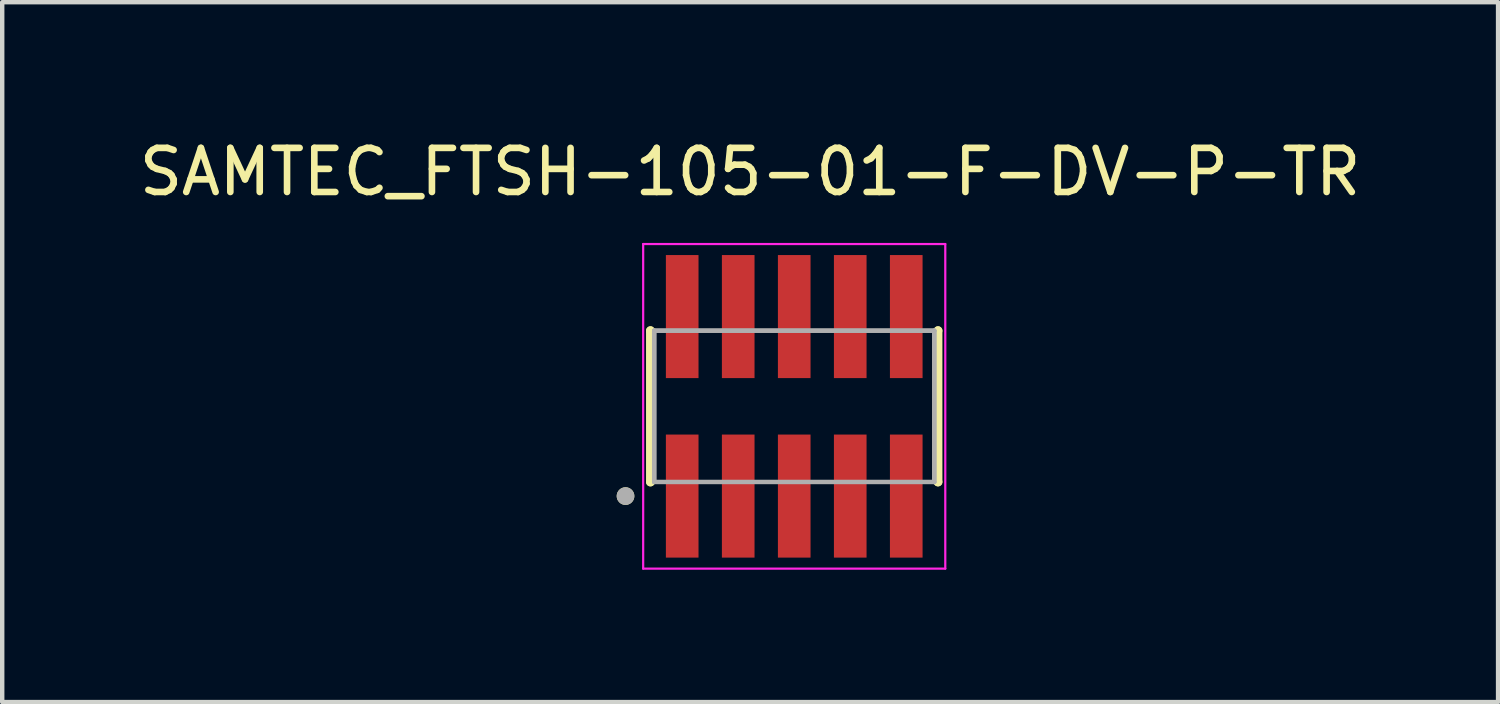
<source format=kicad_pcb>
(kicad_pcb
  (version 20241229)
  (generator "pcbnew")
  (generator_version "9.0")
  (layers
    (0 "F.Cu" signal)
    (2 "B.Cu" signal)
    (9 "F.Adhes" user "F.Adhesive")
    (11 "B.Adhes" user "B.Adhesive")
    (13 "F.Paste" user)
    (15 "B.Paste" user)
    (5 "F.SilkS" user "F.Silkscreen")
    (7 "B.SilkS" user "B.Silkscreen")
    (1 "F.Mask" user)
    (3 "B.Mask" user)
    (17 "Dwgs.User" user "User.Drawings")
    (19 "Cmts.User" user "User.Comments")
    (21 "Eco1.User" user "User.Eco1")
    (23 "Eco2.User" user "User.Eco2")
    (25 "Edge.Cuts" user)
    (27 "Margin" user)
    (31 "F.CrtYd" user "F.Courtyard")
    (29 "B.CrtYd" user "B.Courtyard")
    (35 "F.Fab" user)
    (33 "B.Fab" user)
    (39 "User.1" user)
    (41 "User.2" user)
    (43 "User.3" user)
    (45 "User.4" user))
  (footprint "SAMTEC_FTSH-105-01-F-DV-P-TR"
    (layer "F.Cu")
    (at 14.958 6.163)
    (property "Reference" "SAMTEC_FTSH-105-01-F-DV-P-TR" (at -1 -5.315 0) (layer "F.SilkS") (effects (font (size 1 1) (thickness 0.15))))
    (attr smd)
    (fp_line (start -3.26 -1.715) (end -3.26 -1.715) (stroke (width 0.2) (type solid)) (layer "F.SilkS"))
    (fp_line (start -3.26 1.715) (end -3.26 -1.715) (stroke (width 0.2) (type solid)) (layer "F.SilkS"))
    (fp_line (start -3.26 1.715) (end -3.26 1.715) (stroke (width 0.2) (type solid)) (layer "F.SilkS"))
    (fp_line (start 3.26 -1.715) (end 3.26 -1.715) (stroke (width 0.2) (type solid)) (layer "F.SilkS"))
    (fp_line (start 3.26 -1.715) (end 3.26 1.715) (stroke (width 0.2) (type solid)) (layer "F.SilkS"))
    (fp_line (start 3.26 1.715) (end 3.26 1.715) (stroke (width 0.2) (type solid)) (layer "F.SilkS"))
    (fp_circle (center -3.825 2.035) (end -3.725 2.035) (stroke (width 0.2) (type solid)) (fill no) (layer "F.SilkS"))
    (fp_line (start -3.425 -3.68) (end 3.425 -3.68) (stroke (width 0.05) (type solid)) (layer "F.CrtYd"))
    (fp_line (start -3.425 3.68) (end -3.425 -3.68) (stroke (width 0.05) (type solid)) (layer "F.CrtYd"))
    (fp_line (start 3.425 -3.68) (end 3.425 3.68) (stroke (width 0.05) (type solid)) (layer "F.CrtYd"))
    (fp_line (start 3.425 3.68) (end -3.425 3.68) (stroke (width 0.05) (type solid)) (layer "F.CrtYd"))
    (fp_line (start -3.175 -1.715) (end 3.175 -1.715) (stroke (width 0.1) (type solid)) (layer "F.Fab"))
    (fp_line (start -3.175 -1.715) (end 3.175 -1.715) (stroke (width 0.1) (type solid)) (layer "F.Fab"))
    (fp_line (start -3.175 1.715) (end -3.175 -1.715) (stroke (width 0.1) (type solid)) (layer "F.Fab"))
    (fp_line (start -3.175 1.715) (end -3.175 -1.715) (stroke (width 0.1) (type solid)) (layer "F.Fab"))
    (fp_line (start 3.175 -1.715) (end 3.175 1.715) (stroke (width 0.1) (type solid)) (layer "F.Fab"))
    (fp_line (start 3.175 -1.715) (end 3.175 1.715) (stroke (width 0.1) (type solid)) (layer "F.Fab"))
    (fp_line (start 3.175 1.715) (end -3.175 1.715) (stroke (width 0.1) (type solid)) (layer "F.Fab"))
    (fp_circle (center -3.825 2.035) (end -3.725 2.035) (stroke (width 0.2) (type solid)) (fill no) (layer "F.Fab"))
    (pad "1" smd rect (at -2.54 2.035) (size 0.74 2.79) (layers "F.Cu" "F.Mask" "F.Paste"))
    (pad "2" smd rect (at -2.54 -2.035) (size 0.74 2.79) (layers "F.Cu" "F.Mask" "F.Paste"))
    (pad "3" smd rect (at -1.27 2.035) (size 0.74 2.79) (layers "F.Cu" "F.Mask" "F.Paste"))
    (pad "4" smd rect (at -1.27 -2.035) (size 0.74 2.79) (layers "F.Cu" "F.Mask" "F.Paste"))
    (pad "5" smd rect (at 0 2.035) (size 0.74 2.79) (layers "F.Cu" "F.Mask" "F.Paste"))
    (pad "6" smd rect (at 0 -2.035) (size 0.74 2.79) (layers "F.Cu" "F.Mask" "F.Paste"))
    (pad "7" smd rect (at 1.27 2.035) (size 0.74 2.79) (layers "F.Cu" "F.Mask" "F.Paste"))
    (pad "8" smd rect (at 1.27 -2.035) (size 0.74 2.79) (layers "F.Cu" "F.Mask" "F.Paste"))
    (pad "9" smd rect (at 2.54 2.035) (size 0.74 2.79) (layers "F.Cu" "F.Mask" "F.Paste"))
    (pad "10" smd rect (at 2.54 -2.035) (size 0.74 2.79) (layers "F.Cu" "F.Mask" "F.Paste")))
  (gr_rect
    (start -3 -3)
    (end 30.917 12.868)
    (stroke (width 0.1) (type default))
    (fill no)
    (layer "Edge.Cuts")))
</source>
